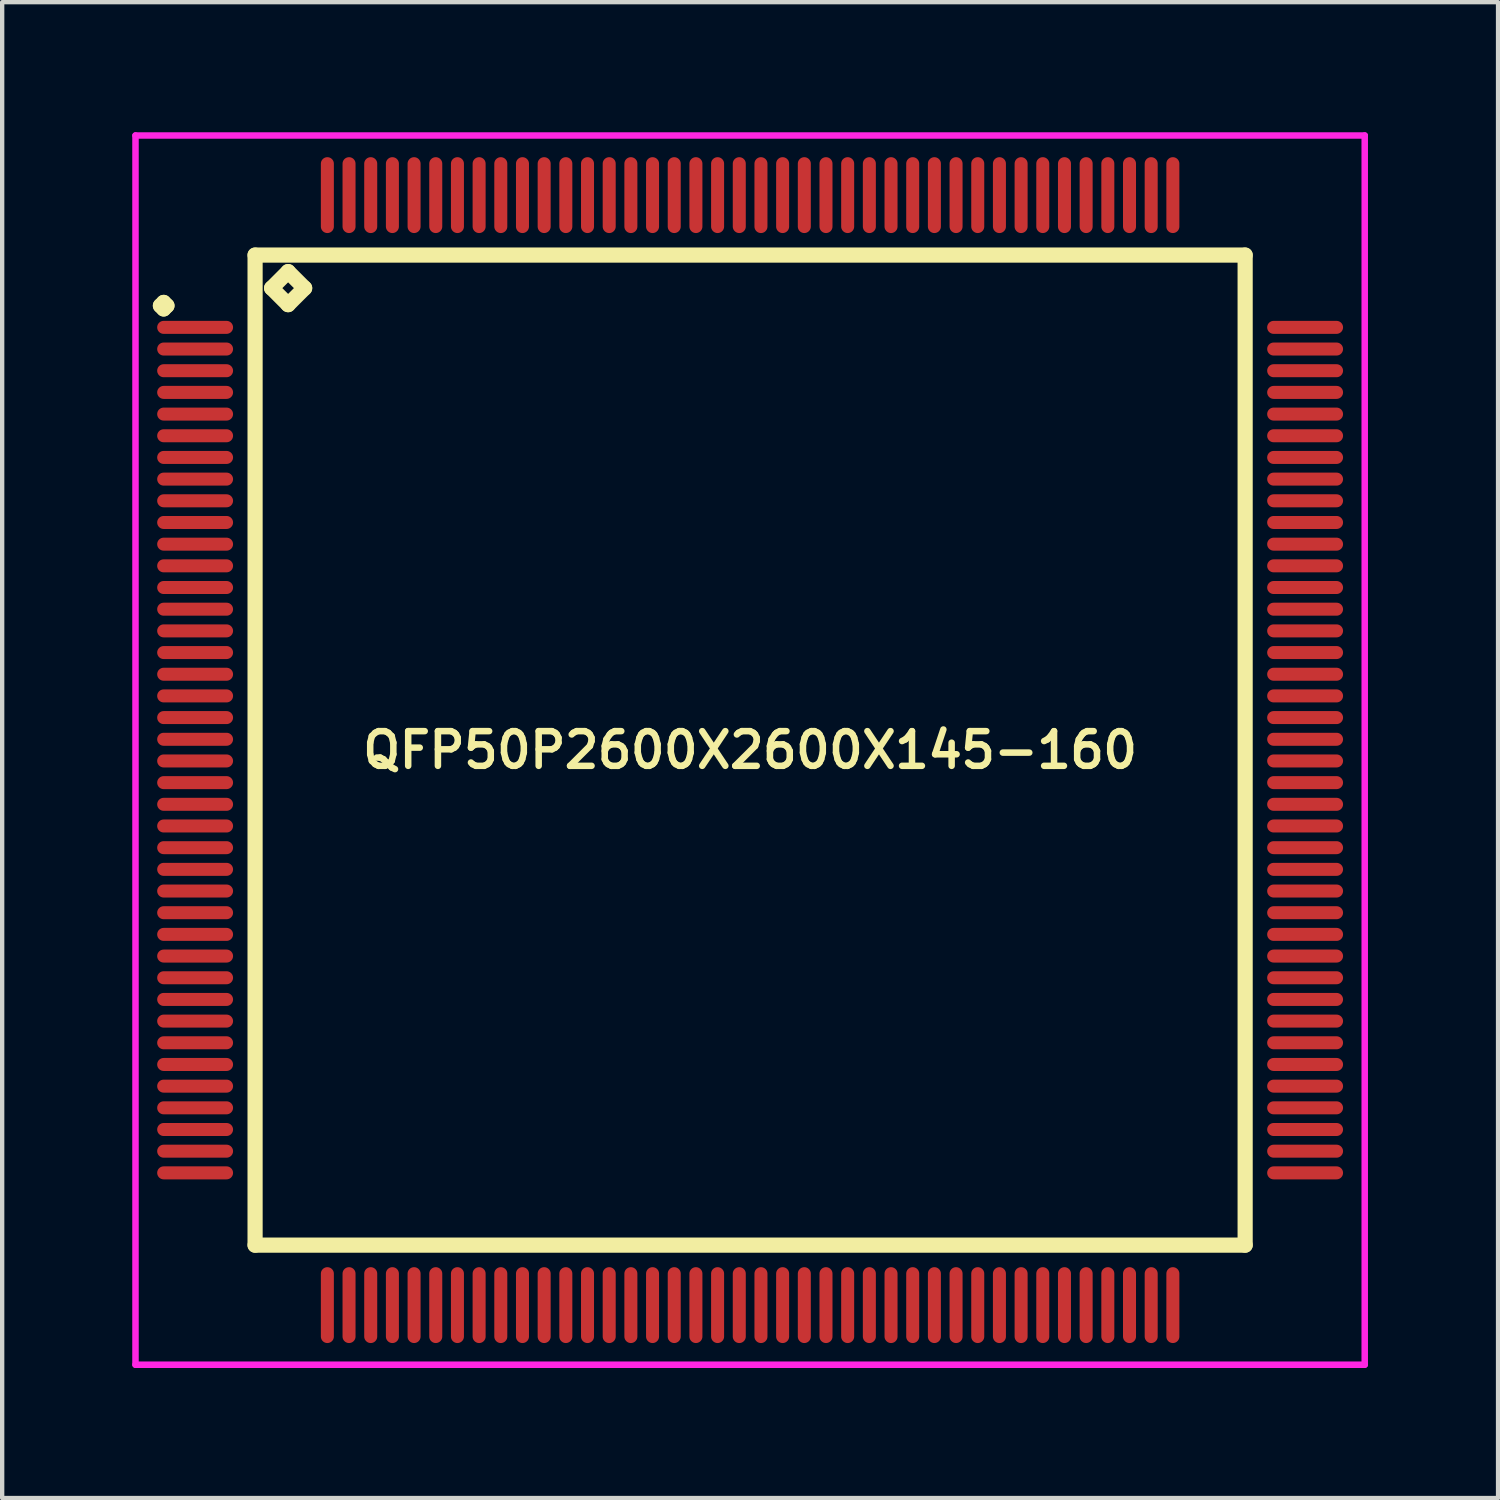
<source format=kicad_pcb>
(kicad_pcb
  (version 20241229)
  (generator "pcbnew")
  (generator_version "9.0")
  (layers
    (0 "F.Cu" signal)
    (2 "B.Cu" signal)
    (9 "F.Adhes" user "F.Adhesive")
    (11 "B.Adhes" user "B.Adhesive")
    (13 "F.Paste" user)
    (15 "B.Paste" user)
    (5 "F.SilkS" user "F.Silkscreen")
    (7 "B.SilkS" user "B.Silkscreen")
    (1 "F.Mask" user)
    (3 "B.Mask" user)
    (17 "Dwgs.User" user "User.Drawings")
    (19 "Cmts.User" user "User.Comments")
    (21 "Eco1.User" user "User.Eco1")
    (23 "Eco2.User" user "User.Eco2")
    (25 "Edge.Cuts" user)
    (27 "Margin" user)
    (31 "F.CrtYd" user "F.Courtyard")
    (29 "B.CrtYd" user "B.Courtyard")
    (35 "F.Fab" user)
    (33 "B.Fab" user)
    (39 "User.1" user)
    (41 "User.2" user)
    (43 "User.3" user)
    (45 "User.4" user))
  (footprint "QFP50P2600X2600X145-160"
    (layer "F.Cu")
    (at 14.25 14.25)
    (property "Reference" "QFP50P2600X2600X145-160" (at 0 0 0) (layer "F.SilkS") (effects (font (size 0.8 0.8) (thickness 0.15))))
    (attr smd)
    (fp_line (start -13.6 -10.25) (end -13.525 -10.325) (stroke (width 0.35) (type solid)) (layer "F.SilkS"))
    (fp_line (start -13.525 -10.325) (end -13.45 -10.25) (stroke (width 0.35) (type solid)) (layer "F.SilkS"))
    (fp_line (start -13.525 -10.175) (end -13.6 -10.25) (stroke (width 0.35) (type solid)) (layer "F.SilkS"))
    (fp_line (start -13.45 -10.25) (end -13.525 -10.175) (stroke (width 0.35) (type solid)) (layer "F.SilkS"))
    (fp_line (start -11.417 -11.417) (end -11.417 11.417) (stroke (width 0.35) (type solid)) (layer "F.SilkS"))
    (fp_line (start -11.417 11.417) (end 11.417 11.417) (stroke (width 0.35) (type solid)) (layer "F.SilkS"))
    (fp_line (start -11.036 -10.655) (end -10.655 -11.036) (stroke (width 0.35) (type solid)) (layer "F.SilkS"))
    (fp_line (start -10.655 -11.036) (end -10.274 -10.655) (stroke (width 0.35) (type solid)) (layer "F.SilkS"))
    (fp_line (start -10.655 -10.274) (end -11.036 -10.655) (stroke (width 0.35) (type solid)) (layer "F.SilkS"))
    (fp_line (start -10.274 -10.655) (end -10.655 -10.274) (stroke (width 0.35) (type solid)) (layer "F.SilkS"))
    (fp_line (start 11.417 -11.417) (end -11.417 -11.417) (stroke (width 0.35) (type solid)) (layer "F.SilkS"))
    (fp_line (start 11.417 11.417) (end 11.417 -11.417) (stroke (width 0.35) (type solid)) (layer "F.SilkS"))
    (fp_line (start -14.175 -14.175) (end 14.175 -14.175) (stroke (width 0.15) (type solid)) (layer "F.CrtYd"))
    (fp_line (start -14.175 14.175) (end -14.175 -14.175) (stroke (width 0.15) (type solid)) (layer "F.CrtYd"))
    (fp_line (start 14.175 -14.175) (end 14.175 14.175) (stroke (width 0.15) (type solid)) (layer "F.CrtYd"))
    (fp_line (start 14.175 14.175) (end -14.175 14.175) (stroke (width 0.15) (type solid)) (layer "F.CrtYd"))
    (pad "1" smd oval (at -12.8 -9.75) (size 1.75 0.3) (layers "F.Cu" "F.Mask" "F.Paste"))
    (pad "2" smd oval (at -12.8 -9.25) (size 1.75 0.3) (layers "F.Cu" "F.Mask" "F.Paste"))
    (pad "3" smd oval (at -12.8 -8.75) (size 1.75 0.3) (layers "F.Cu" "F.Mask" "F.Paste"))
    (pad "4" smd oval (at -12.8 -8.25) (size 1.75 0.3) (layers "F.Cu" "F.Mask" "F.Paste"))
    (pad "5" smd oval (at -12.8 -7.75) (size 1.75 0.3) (layers "F.Cu" "F.Mask" "F.Paste"))
    (pad "6" smd oval (at -12.8 -7.25) (size 1.75 0.3) (layers "F.Cu" "F.Mask" "F.Paste"))
    (pad "7" smd oval (at -12.8 -6.75) (size 1.75 0.3) (layers "F.Cu" "F.Mask" "F.Paste"))
    (pad "8" smd oval (at -12.8 -6.25) (size 1.75 0.3) (layers "F.Cu" "F.Mask" "F.Paste"))
    (pad "9" smd oval (at -12.8 -5.75) (size 1.75 0.3) (layers "F.Cu" "F.Mask" "F.Paste"))
    (pad "10" smd oval (at -12.8 -5.25) (size 1.75 0.3) (layers "F.Cu" "F.Mask" "F.Paste"))
    (pad "11" smd oval (at -12.8 -4.75) (size 1.75 0.3) (layers "F.Cu" "F.Mask" "F.Paste"))
    (pad "12" smd oval (at -12.8 -4.25) (size 1.75 0.3) (layers "F.Cu" "F.Mask" "F.Paste"))
    (pad "13" smd oval (at -12.8 -3.75) (size 1.75 0.3) (layers "F.Cu" "F.Mask" "F.Paste"))
    (pad "14" smd oval (at -12.8 -3.25) (size 1.75 0.3) (layers "F.Cu" "F.Mask" "F.Paste"))
    (pad "15" smd oval (at -12.8 -2.75) (size 1.75 0.3) (layers "F.Cu" "F.Mask" "F.Paste"))
    (pad "16" smd oval (at -12.8 -2.25) (size 1.75 0.3) (layers "F.Cu" "F.Mask" "F.Paste"))
    (pad "17" smd oval (at -12.8 -1.75) (size 1.75 0.3) (layers "F.Cu" "F.Mask" "F.Paste"))
    (pad "18" smd oval (at -12.8 -1.25) (size 1.75 0.3) (layers "F.Cu" "F.Mask" "F.Paste"))
    (pad "19" smd oval (at -12.8 -0.75) (size 1.75 0.3) (layers "F.Cu" "F.Mask" "F.Paste"))
    (pad "20" smd oval (at -12.8 -0.25) (size 1.75 0.3) (layers "F.Cu" "F.Mask" "F.Paste"))
    (pad "21" smd oval (at -12.8 0.25) (size 1.75 0.3) (layers "F.Cu" "F.Mask" "F.Paste"))
    (pad "22" smd oval (at -12.8 0.75) (size 1.75 0.3) (layers "F.Cu" "F.Mask" "F.Paste"))
    (pad "23" smd oval (at -12.8 1.25) (size 1.75 0.3) (layers "F.Cu" "F.Mask" "F.Paste"))
    (pad "24" smd oval (at -12.8 1.75) (size 1.75 0.3) (layers "F.Cu" "F.Mask" "F.Paste"))
    (pad "25" smd oval (at -12.8 2.25) (size 1.75 0.3) (layers "F.Cu" "F.Mask" "F.Paste"))
    (pad "26" smd oval (at -12.8 2.75) (size 1.75 0.3) (layers "F.Cu" "F.Mask" "F.Paste"))
    (pad "27" smd oval (at -12.8 3.25) (size 1.75 0.3) (layers "F.Cu" "F.Mask" "F.Paste"))
    (pad "28" smd oval (at -12.8 3.75) (size 1.75 0.3) (layers "F.Cu" "F.Mask" "F.Paste"))
    (pad "29" smd oval (at -12.8 4.25) (size 1.75 0.3) (layers "F.Cu" "F.Mask" "F.Paste"))
    (pad "30" smd oval (at -12.8 4.75) (size 1.75 0.3) (layers "F.Cu" "F.Mask" "F.Paste"))
    (pad "31" smd oval (at -12.8 5.25) (size 1.75 0.3) (layers "F.Cu" "F.Mask" "F.Paste"))
    (pad "32" smd oval (at -12.8 5.75) (size 1.75 0.3) (layers "F.Cu" "F.Mask" "F.Paste"))
    (pad "33" smd oval (at -12.8 6.25) (size 1.75 0.3) (layers "F.Cu" "F.Mask" "F.Paste"))
    (pad "34" smd oval (at -12.8 6.75) (size 1.75 0.3) (layers "F.Cu" "F.Mask" "F.Paste"))
    (pad "35" smd oval (at -12.8 7.25) (size 1.75 0.3) (layers "F.Cu" "F.Mask" "F.Paste"))
    (pad "36" smd oval (at -12.8 7.75) (size 1.75 0.3) (layers "F.Cu" "F.Mask" "F.Paste"))
    (pad "37" smd oval (at -12.8 8.25) (size 1.75 0.3) (layers "F.Cu" "F.Mask" "F.Paste"))
    (pad "38" smd oval (at -12.8 8.75) (size 1.75 0.3) (layers "F.Cu" "F.Mask" "F.Paste"))
    (pad "39" smd oval (at -12.8 9.25) (size 1.75 0.3) (layers "F.Cu" "F.Mask" "F.Paste"))
    (pad "40" smd oval (at -12.8 9.75) (size 1.75 0.3) (layers "F.Cu" "F.Mask" "F.Paste"))
    (pad "41" smd oval (at -9.75 12.8) (size 0.3 1.75) (layers "F.Cu" "F.Mask" "F.Paste"))
    (pad "42" smd oval (at -9.25 12.8) (size 0.3 1.75) (layers "F.Cu" "F.Mask" "F.Paste"))
    (pad "43" smd oval (at -8.75 12.8) (size 0.3 1.75) (layers "F.Cu" "F.Mask" "F.Paste"))
    (pad "44" smd oval (at -8.25 12.8) (size 0.3 1.75) (layers "F.Cu" "F.Mask" "F.Paste"))
    (pad "45" smd oval (at -7.75 12.8) (size 0.3 1.75) (layers "F.Cu" "F.Mask" "F.Paste"))
    (pad "46" smd oval (at -7.25 12.8) (size 0.3 1.75) (layers "F.Cu" "F.Mask" "F.Paste"))
    (pad "47" smd oval (at -6.75 12.8) (size 0.3 1.75) (layers "F.Cu" "F.Mask" "F.Paste"))
    (pad "48" smd oval (at -6.25 12.8) (size 0.3 1.75) (layers "F.Cu" "F.Mask" "F.Paste"))
    (pad "49" smd oval (at -5.75 12.8) (size 0.3 1.75) (layers "F.Cu" "F.Mask" "F.Paste"))
    (pad "50" smd oval (at -5.25 12.8) (size 0.3 1.75) (layers "F.Cu" "F.Mask" "F.Paste"))
    (pad "51" smd oval (at -4.75 12.8) (size 0.3 1.75) (layers "F.Cu" "F.Mask" "F.Paste"))
    (pad "52" smd oval (at -4.25 12.8) (size 0.3 1.75) (layers "F.Cu" "F.Mask" "F.Paste"))
    (pad "53" smd oval (at -3.75 12.8) (size 0.3 1.75) (layers "F.Cu" "F.Mask" "F.Paste"))
    (pad "54" smd oval (at -3.25 12.8) (size 0.3 1.75) (layers "F.Cu" "F.Mask" "F.Paste"))
    (pad "55" smd oval (at -2.75 12.8) (size 0.3 1.75) (layers "F.Cu" "F.Mask" "F.Paste"))
    (pad "56" smd oval (at -2.25 12.8) (size 0.3 1.75) (layers "F.Cu" "F.Mask" "F.Paste"))
    (pad "57" smd oval (at -1.75 12.8) (size 0.3 1.75) (layers "F.Cu" "F.Mask" "F.Paste"))
    (pad "58" smd oval (at -1.25 12.8) (size 0.3 1.75) (layers "F.Cu" "F.Mask" "F.Paste"))
    (pad "59" smd oval (at -0.75 12.8) (size 0.3 1.75) (layers "F.Cu" "F.Mask" "F.Paste"))
    (pad "60" smd oval (at -0.25 12.8) (size 0.3 1.75) (layers "F.Cu" "F.Mask" "F.Paste"))
    (pad "61" smd oval (at 0.25 12.8) (size 0.3 1.75) (layers "F.Cu" "F.Mask" "F.Paste"))
    (pad "62" smd oval (at 0.75 12.8) (size 0.3 1.75) (layers "F.Cu" "F.Mask" "F.Paste"))
    (pad "63" smd oval (at 1.25 12.8) (size 0.3 1.75) (layers "F.Cu" "F.Mask" "F.Paste"))
    (pad "64" smd oval (at 1.75 12.8) (size 0.3 1.75) (layers "F.Cu" "F.Mask" "F.Paste"))
    (pad "65" smd oval (at 2.25 12.8) (size 0.3 1.75) (layers "F.Cu" "F.Mask" "F.Paste"))
    (pad "66" smd oval (at 2.75 12.8) (size 0.3 1.75) (layers "F.Cu" "F.Mask" "F.Paste"))
    (pad "67" smd oval (at 3.25 12.8) (size 0.3 1.75) (layers "F.Cu" "F.Mask" "F.Paste"))
    (pad "68" smd oval (at 3.75 12.8) (size 0.3 1.75) (layers "F.Cu" "F.Mask" "F.Paste"))
    (pad "69" smd oval (at 4.25 12.8) (size 0.3 1.75) (layers "F.Cu" "F.Mask" "F.Paste"))
    (pad "70" smd oval (at 4.75 12.8) (size 0.3 1.75) (layers "F.Cu" "F.Mask" "F.Paste"))
    (pad "71" smd oval (at 5.25 12.8) (size 0.3 1.75) (layers "F.Cu" "F.Mask" "F.Paste"))
    (pad "72" smd oval (at 5.75 12.8) (size 0.3 1.75) (layers "F.Cu" "F.Mask" "F.Paste"))
    (pad "73" smd oval (at 6.25 12.8) (size 0.3 1.75) (layers "F.Cu" "F.Mask" "F.Paste"))
    (pad "74" smd oval (at 6.75 12.8) (size 0.3 1.75) (layers "F.Cu" "F.Mask" "F.Paste"))
    (pad "75" smd oval (at 7.25 12.8) (size 0.3 1.75) (layers "F.Cu" "F.Mask" "F.Paste"))
    (pad "76" smd oval (at 7.75 12.8) (size 0.3 1.75) (layers "F.Cu" "F.Mask" "F.Paste"))
    (pad "77" smd oval (at 8.25 12.8) (size 0.3 1.75) (layers "F.Cu" "F.Mask" "F.Paste"))
    (pad "78" smd oval (at 8.75 12.8) (size 0.3 1.75) (layers "F.Cu" "F.Mask" "F.Paste"))
    (pad "79" smd oval (at 9.25 12.8) (size 0.3 1.75) (layers "F.Cu" "F.Mask" "F.Paste"))
    (pad "80" smd oval (at 9.75 12.8) (size 0.3 1.75) (layers "F.Cu" "F.Mask" "F.Paste"))
    (pad "81" smd oval (at 12.8 9.75) (size 1.75 0.3) (layers "F.Cu" "F.Mask" "F.Paste"))
    (pad "82" smd oval (at 12.8 9.25) (size 1.75 0.3) (layers "F.Cu" "F.Mask" "F.Paste"))
    (pad "83" smd oval (at 12.8 8.75) (size 1.75 0.3) (layers "F.Cu" "F.Mask" "F.Paste"))
    (pad "84" smd oval (at 12.8 8.25) (size 1.75 0.3) (layers "F.Cu" "F.Mask" "F.Paste"))
    (pad "85" smd oval (at 12.8 7.75) (size 1.75 0.3) (layers "F.Cu" "F.Mask" "F.Paste"))
    (pad "86" smd oval (at 12.8 7.25) (size 1.75 0.3) (layers "F.Cu" "F.Mask" "F.Paste"))
    (pad "87" smd oval (at 12.8 6.75) (size 1.75 0.3) (layers "F.Cu" "F.Mask" "F.Paste"))
    (pad "88" smd oval (at 12.8 6.25) (size 1.75 0.3) (layers "F.Cu" "F.Mask" "F.Paste"))
    (pad "89" smd oval (at 12.8 5.75) (size 1.75 0.3) (layers "F.Cu" "F.Mask" "F.Paste"))
    (pad "90" smd oval (at 12.8 5.25) (size 1.75 0.3) (layers "F.Cu" "F.Mask" "F.Paste"))
    (pad "91" smd oval (at 12.8 4.75) (size 1.75 0.3) (layers "F.Cu" "F.Mask" "F.Paste"))
    (pad "92" smd oval (at 12.8 4.25) (size 1.75 0.3) (layers "F.Cu" "F.Mask" "F.Paste"))
    (pad "93" smd oval (at 12.8 3.75) (size 1.75 0.3) (layers "F.Cu" "F.Mask" "F.Paste"))
    (pad "94" smd oval (at 12.8 3.25) (size 1.75 0.3) (layers "F.Cu" "F.Mask" "F.Paste"))
    (pad "95" smd oval (at 12.8 2.75) (size 1.75 0.3) (layers "F.Cu" "F.Mask" "F.Paste"))
    (pad "96" smd oval (at 12.8 2.25) (size 1.75 0.3) (layers "F.Cu" "F.Mask" "F.Paste"))
    (pad "97" smd oval (at 12.8 1.75) (size 1.75 0.3) (layers "F.Cu" "F.Mask" "F.Paste"))
    (pad "98" smd oval (at 12.8 1.25) (size 1.75 0.3) (layers "F.Cu" "F.Mask" "F.Paste"))
    (pad "99" smd oval (at 12.8 0.75) (size 1.75 0.3) (layers "F.Cu" "F.Mask" "F.Paste"))
    (pad "100" smd oval (at 12.8 0.25) (size 1.75 0.3) (layers "F.Cu" "F.Mask" "F.Paste"))
    (pad "101" smd oval (at 12.8 -0.25) (size 1.75 0.3) (layers "F.Cu" "F.Mask" "F.Paste"))
    (pad "102" smd oval (at 12.8 -0.75) (size 1.75 0.3) (layers "F.Cu" "F.Mask" "F.Paste"))
    (pad "103" smd oval (at 12.8 -1.25) (size 1.75 0.3) (layers "F.Cu" "F.Mask" "F.Paste"))
    (pad "104" smd oval (at 12.8 -1.75) (size 1.75 0.3) (layers "F.Cu" "F.Mask" "F.Paste"))
    (pad "105" smd oval (at 12.8 -2.25) (size 1.75 0.3) (layers "F.Cu" "F.Mask" "F.Paste"))
    (pad "106" smd oval (at 12.8 -2.75) (size 1.75 0.3) (layers "F.Cu" "F.Mask" "F.Paste"))
    (pad "107" smd oval (at 12.8 -3.25) (size 1.75 0.3) (layers "F.Cu" "F.Mask" "F.Paste"))
    (pad "108" smd oval (at 12.8 -3.75) (size 1.75 0.3) (layers "F.Cu" "F.Mask" "F.Paste"))
    (pad "109" smd oval (at 12.8 -4.25) (size 1.75 0.3) (layers "F.Cu" "F.Mask" "F.Paste"))
    (pad "110" smd oval (at 12.8 -4.75) (size 1.75 0.3) (layers "F.Cu" "F.Mask" "F.Paste"))
    (pad "111" smd oval (at 12.8 -5.25) (size 1.75 0.3) (layers "F.Cu" "F.Mask" "F.Paste"))
    (pad "112" smd oval (at 12.8 -5.75) (size 1.75 0.3) (layers "F.Cu" "F.Mask" "F.Paste"))
    (pad "113" smd oval (at 12.8 -6.25) (size 1.75 0.3) (layers "F.Cu" "F.Mask" "F.Paste"))
    (pad "114" smd oval (at 12.8 -6.75) (size 1.75 0.3) (layers "F.Cu" "F.Mask" "F.Paste"))
    (pad "115" smd oval (at 12.8 -7.25) (size 1.75 0.3) (layers "F.Cu" "F.Mask" "F.Paste"))
    (pad "116" smd oval (at 12.8 -7.75) (size 1.75 0.3) (layers "F.Cu" "F.Mask" "F.Paste"))
    (pad "117" smd oval (at 12.8 -8.25) (size 1.75 0.3) (layers "F.Cu" "F.Mask" "F.Paste"))
    (pad "118" smd oval (at 12.8 -8.75) (size 1.75 0.3) (layers "F.Cu" "F.Mask" "F.Paste"))
    (pad "119" smd oval (at 12.8 -9.25) (size 1.75 0.3) (layers "F.Cu" "F.Mask" "F.Paste"))
    (pad "120" smd oval (at 12.8 -9.75) (size 1.75 0.3) (layers "F.Cu" "F.Mask" "F.Paste"))
    (pad "121" smd oval (at 9.75 -12.8) (size 0.3 1.75) (layers "F.Cu" "F.Mask" "F.Paste"))
    (pad "122" smd oval (at 9.25 -12.8) (size 0.3 1.75) (layers "F.Cu" "F.Mask" "F.Paste"))
    (pad "123" smd oval (at 8.75 -12.8) (size 0.3 1.75) (layers "F.Cu" "F.Mask" "F.Paste"))
    (pad "124" smd oval (at 8.25 -12.8) (size 0.3 1.75) (layers "F.Cu" "F.Mask" "F.Paste"))
    (pad "125" smd oval (at 7.75 -12.8) (size 0.3 1.75) (layers "F.Cu" "F.Mask" "F.Paste"))
    (pad "126" smd oval (at 7.25 -12.8) (size 0.3 1.75) (layers "F.Cu" "F.Mask" "F.Paste"))
    (pad "127" smd oval (at 6.75 -12.8) (size 0.3 1.75) (layers "F.Cu" "F.Mask" "F.Paste"))
    (pad "128" smd oval (at 6.25 -12.8) (size 0.3 1.75) (layers "F.Cu" "F.Mask" "F.Paste"))
    (pad "129" smd oval (at 5.75 -12.8) (size 0.3 1.75) (layers "F.Cu" "F.Mask" "F.Paste"))
    (pad "130" smd oval (at 5.25 -12.8) (size 0.3 1.75) (layers "F.Cu" "F.Mask" "F.Paste"))
    (pad "131" smd oval (at 4.75 -12.8) (size 0.3 1.75) (layers "F.Cu" "F.Mask" "F.Paste"))
    (pad "132" smd oval (at 4.25 -12.8) (size 0.3 1.75) (layers "F.Cu" "F.Mask" "F.Paste"))
    (pad "133" smd oval (at 3.75 -12.8) (size 0.3 1.75) (layers "F.Cu" "F.Mask" "F.Paste"))
    (pad "134" smd oval (at 3.25 -12.8) (size 0.3 1.75) (layers "F.Cu" "F.Mask" "F.Paste"))
    (pad "135" smd oval (at 2.75 -12.8) (size 0.3 1.75) (layers "F.Cu" "F.Mask" "F.Paste"))
    (pad "136" smd oval (at 2.25 -12.8) (size 0.3 1.75) (layers "F.Cu" "F.Mask" "F.Paste"))
    (pad "137" smd oval (at 1.75 -12.8) (size 0.3 1.75) (layers "F.Cu" "F.Mask" "F.Paste"))
    (pad "138" smd oval (at 1.25 -12.8) (size 0.3 1.75) (layers "F.Cu" "F.Mask" "F.Paste"))
    (pad "139" smd oval (at 0.75 -12.8) (size 0.3 1.75) (layers "F.Cu" "F.Mask" "F.Paste"))
    (pad "140" smd oval (at 0.25 -12.8) (size 0.3 1.75) (layers "F.Cu" "F.Mask" "F.Paste"))
    (pad "141" smd oval (at -0.25 -12.8) (size 0.3 1.75) (layers "F.Cu" "F.Mask" "F.Paste"))
    (pad "142" smd oval (at -0.75 -12.8) (size 0.3 1.75) (layers "F.Cu" "F.Mask" "F.Paste"))
    (pad "143" smd oval (at -1.25 -12.8) (size 0.3 1.75) (layers "F.Cu" "F.Mask" "F.Paste"))
    (pad "144" smd oval (at -1.75 -12.8) (size 0.3 1.75) (layers "F.Cu" "F.Mask" "F.Paste"))
    (pad "145" smd oval (at -2.25 -12.8) (size 0.3 1.75) (layers "F.Cu" "F.Mask" "F.Paste"))
    (pad "146" smd oval (at -2.75 -12.8) (size 0.3 1.75) (layers "F.Cu" "F.Mask" "F.Paste"))
    (pad "147" smd oval (at -3.25 -12.8) (size 0.3 1.75) (layers "F.Cu" "F.Mask" "F.Paste"))
    (pad "148" smd oval (at -3.75 -12.8) (size 0.3 1.75) (layers "F.Cu" "F.Mask" "F.Paste"))
    (pad "149" smd oval (at -4.25 -12.8) (size 0.3 1.75) (layers "F.Cu" "F.Mask" "F.Paste"))
    (pad "150" smd oval (at -4.75 -12.8) (size 0.3 1.75) (layers "F.Cu" "F.Mask" "F.Paste"))
    (pad "151" smd oval (at -5.25 -12.8) (size 0.3 1.75) (layers "F.Cu" "F.Mask" "F.Paste"))
    (pad "152" smd oval (at -5.75 -12.8) (size 0.3 1.75) (layers "F.Cu" "F.Mask" "F.Paste"))
    (pad "153" smd oval (at -6.25 -12.8) (size 0.3 1.75) (layers "F.Cu" "F.Mask" "F.Paste"))
    (pad "154" smd oval (at -6.75 -12.8) (size 0.3 1.75) (layers "F.Cu" "F.Mask" "F.Paste"))
    (pad "155" smd oval (at -7.25 -12.8) (size 0.3 1.75) (layers "F.Cu" "F.Mask" "F.Paste"))
    (pad "156" smd oval (at -7.75 -12.8) (size 0.3 1.75) (layers "F.Cu" "F.Mask" "F.Paste"))
    (pad "157" smd oval (at -8.25 -12.8) (size 0.3 1.75) (layers "F.Cu" "F.Mask" "F.Paste"))
    (pad "158" smd oval (at -8.75 -12.8) (size 0.3 1.75) (layers "F.Cu" "F.Mask" "F.Paste"))
    (pad "159" smd oval (at -9.25 -12.8) (size 0.3 1.75) (layers "F.Cu" "F.Mask" "F.Paste"))
    (pad "160" smd oval (at -9.75 -12.8) (size 0.3 1.75) (layers "F.Cu" "F.Mask" "F.Paste")))
  (gr_rect
    (start -3 -3)
    (end 31.5 31.5)
    (stroke (width 0.1) (type default))
    (fill no)
    (layer "Edge.Cuts")))
</source>
